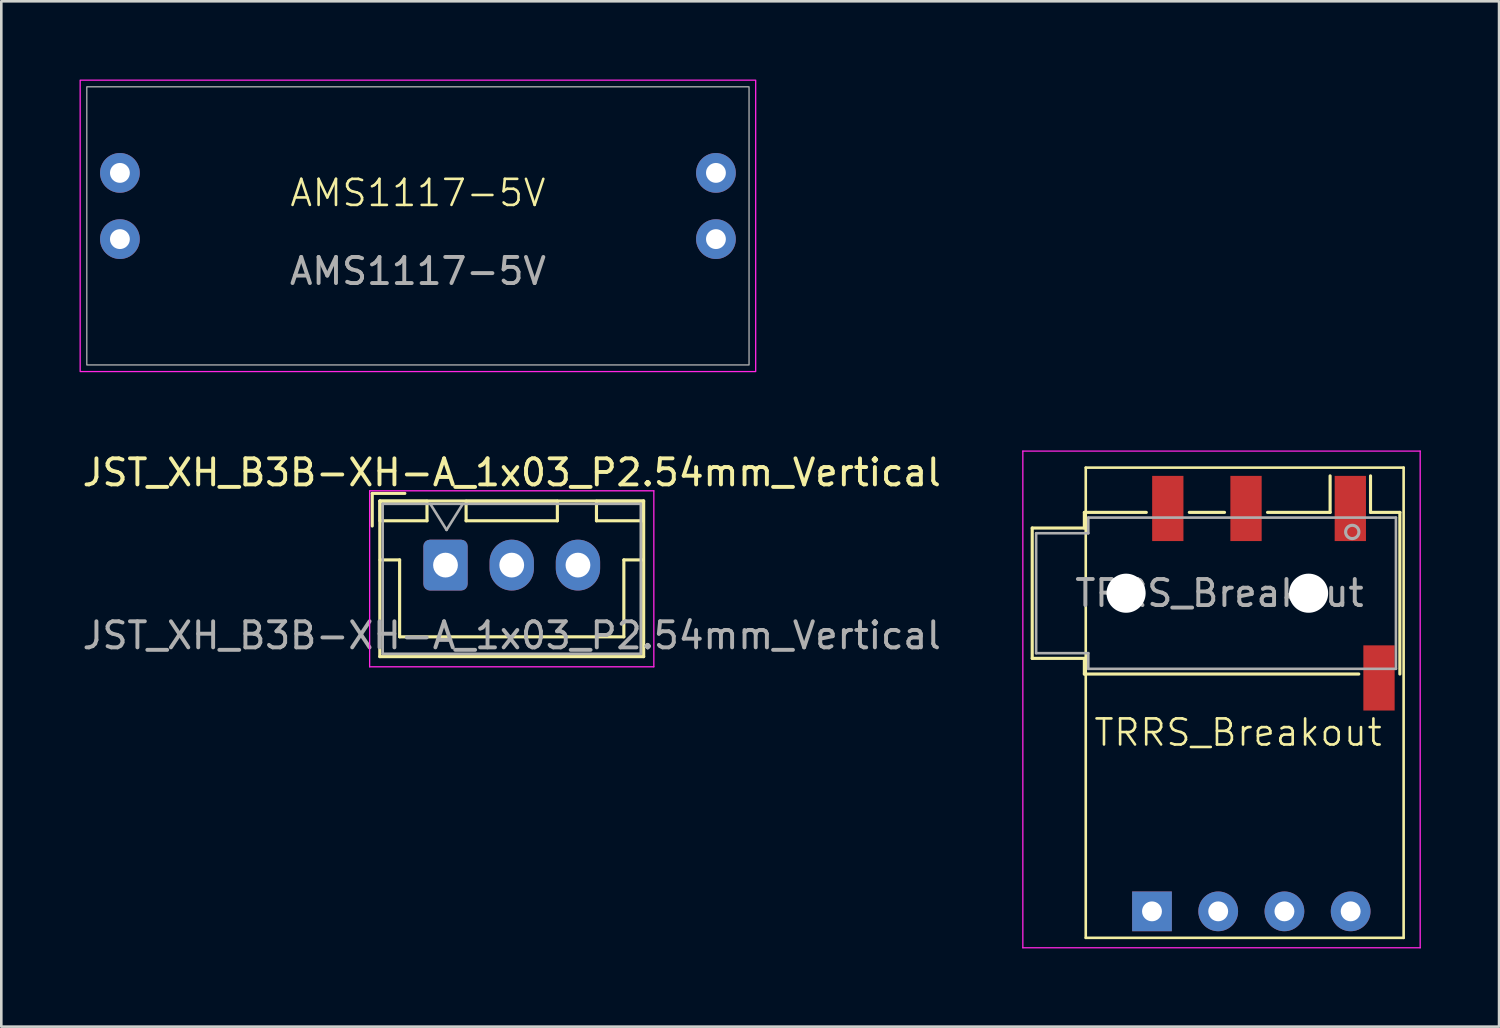
<source format=kicad_pcb>
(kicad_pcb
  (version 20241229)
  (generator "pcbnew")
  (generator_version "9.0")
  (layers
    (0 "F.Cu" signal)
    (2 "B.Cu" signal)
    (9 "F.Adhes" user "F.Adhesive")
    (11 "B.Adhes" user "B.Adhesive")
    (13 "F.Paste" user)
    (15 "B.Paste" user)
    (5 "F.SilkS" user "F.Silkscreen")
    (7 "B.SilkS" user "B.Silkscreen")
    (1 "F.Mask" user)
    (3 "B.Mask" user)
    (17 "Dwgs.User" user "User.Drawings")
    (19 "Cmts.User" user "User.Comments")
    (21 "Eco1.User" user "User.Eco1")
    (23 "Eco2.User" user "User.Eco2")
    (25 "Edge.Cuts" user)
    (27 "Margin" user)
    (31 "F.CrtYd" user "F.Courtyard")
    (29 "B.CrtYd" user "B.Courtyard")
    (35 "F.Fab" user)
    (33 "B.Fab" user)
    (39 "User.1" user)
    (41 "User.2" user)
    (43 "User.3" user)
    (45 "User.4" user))
  (footprint "JST_XH_B3B-XH-A_1x03_P2.54mm_Vertical"
    (layer "F.Cu")
    (at 16.577 18.624)
    (property "Reference" "JST_XH_B3B-XH-A_1x03_P2.54mm_Vertical" (at 0 -3.55 0) (layer "F.SilkS") (effects (font (size 1 1) (thickness 0.15))))
    (attr through_hole)
    (fp_line (start -5.35 -2.75) (end -5.35 -1.5) (stroke (width 0.12) (type solid)) (layer "F.SilkS"))
    (fp_line (start -5.06 -2.46) (end -5.06 3.51) (stroke (width 0.12) (type solid)) (layer "F.SilkS"))
    (fp_line (start -5.06 3.51) (end 5.06 3.51) (stroke (width 0.12) (type solid)) (layer "F.SilkS"))
    (fp_line (start -5.05 -2.45) (end -5.05 -1.7) (stroke (width 0.12) (type solid)) (layer "F.SilkS"))
    (fp_line (start -5.05 -1.7) (end -3.25 -1.7) (stroke (width 0.12) (type solid)) (layer "F.SilkS"))
    (fp_line (start -5.05 -0.2) (end -4.3 -0.2) (stroke (width 0.12) (type solid)) (layer "F.SilkS"))
    (fp_line (start -4.3 -0.2) (end -4.3 2.75) (stroke (width 0.12) (type solid)) (layer "F.SilkS"))
    (fp_line (start -4.3 2.75) (end 0 2.75) (stroke (width 0.12) (type solid)) (layer "F.SilkS"))
    (fp_line (start -4.1 -2.75) (end -5.35 -2.75) (stroke (width 0.12) (type solid)) (layer "F.SilkS"))
    (fp_line (start -3.25 -2.45) (end -5.05 -2.45) (stroke (width 0.12) (type solid)) (layer "F.SilkS"))
    (fp_line (start -3.25 -1.7) (end -3.25 -2.45) (stroke (width 0.12) (type solid)) (layer "F.SilkS"))
    (fp_line (start -1.75 -2.45) (end -1.75 -1.7) (stroke (width 0.12) (type solid)) (layer "F.SilkS"))
    (fp_line (start -1.75 -1.7) (end 1.75 -1.7) (stroke (width 0.12) (type solid)) (layer "F.SilkS"))
    (fp_line (start 1.75 -2.45) (end -1.75 -2.45) (stroke (width 0.12) (type solid)) (layer "F.SilkS"))
    (fp_line (start 1.75 -1.7) (end 1.75 -2.45) (stroke (width 0.12) (type solid)) (layer "F.SilkS"))
    (fp_line (start 3.25 -2.45) (end 3.25 -1.7) (stroke (width 0.12) (type solid)) (layer "F.SilkS"))
    (fp_line (start 3.25 -1.7) (end 5.05 -1.7) (stroke (width 0.12) (type solid)) (layer "F.SilkS"))
    (fp_line (start 4.3 -0.2) (end 4.3 2.75) (stroke (width 0.12) (type solid)) (layer "F.SilkS"))
    (fp_line (start 4.3 2.75) (end 0 2.75) (stroke (width 0.12) (type solid)) (layer "F.SilkS"))
    (fp_line (start 5.05 -2.45) (end 3.25 -2.45) (stroke (width 0.12) (type solid)) (layer "F.SilkS"))
    (fp_line (start 5.05 -1.7) (end 5.05 -2.45) (stroke (width 0.12) (type solid)) (layer "F.SilkS"))
    (fp_line (start 5.05 -0.2) (end 4.3 -0.2) (stroke (width 0.12) (type solid)) (layer "F.SilkS"))
    (fp_line (start 5.06 -2.46) (end -5.06 -2.46) (stroke (width 0.12) (type solid)) (layer "F.SilkS"))
    (fp_line (start 5.06 3.51) (end 5.06 -2.46) (stroke (width 0.12) (type solid)) (layer "F.SilkS"))
    (fp_line (start -5.45 -2.85) (end -5.45 3.9) (stroke (width 0.05) (type solid)) (layer "F.CrtYd"))
    (fp_line (start -5.45 3.9) (end 5.45 3.9) (stroke (width 0.05) (type solid)) (layer "F.CrtYd"))
    (fp_line (start 5.45 -2.85) (end -5.45 -2.85) (stroke (width 0.05) (type solid)) (layer "F.CrtYd"))
    (fp_line (start 5.45 3.9) (end 5.45 -2.85) (stroke (width 0.05) (type solid)) (layer "F.CrtYd"))
    (fp_line (start -4.95 -2.35) (end -4.95 3.4) (stroke (width 0.1) (type solid)) (layer "F.Fab"))
    (fp_line (start -4.95 3.4) (end 4.95 3.4) (stroke (width 0.1) (type solid)) (layer "F.Fab"))
    (fp_line (start -3.125 -2.35) (end -2.5 -1.35) (stroke (width 0.1) (type solid)) (layer "F.Fab"))
    (fp_line (start -2.5 -1.35) (end -1.875 -2.35) (stroke (width 0.1) (type solid)) (layer "F.Fab"))
    (fp_line (start 4.95 -2.35) (end -4.95 -2.35) (stroke (width 0.1) (type solid)) (layer "F.Fab"))
    (fp_line (start 4.95 3.4) (end 4.95 -2.35) (stroke (width 0.1) (type solid)) (layer "F.Fab"))
    (fp_text user "${REFERENCE}" (at 0 2.7 0) (layer "F.Fab") (effects (font (size 1 1) (thickness 0.15))))
    (pad "1" thru_hole roundrect (at -2.54 0) (size 1.7 1.95) (drill 0.95) (layers "*.Cu" "*.Mask") (roundrect_rratio 0.147))
    (pad "2" thru_hole oval (at 0 0) (size 1.7 1.95) (drill 0.95) (layers "*.Cu" "*.Mask"))
    (pad "3" thru_hole oval (at 2.54 0) (size 1.7 1.95) (drill 0.95) (layers "*.Cu" "*.Mask")))
  (footprint "AMS1117-5V"
    (layer "F.Cu")
    (at 11.709 3.581)
    (property "Reference" "AMS1117-5V" (at 1.27 0.77 0) (unlocked yes) (layer "F.SilkS") (effects (font (size 1 1) (thickness 0.1))))
    (attr through_hole)
    (fp_rect (start -11.684 -3.556) (end 14.224 7.62) (stroke (width 0.05) (type default)) (fill no) (layer "F.CrtYd"))
    (fp_rect (start -11.43 -3.302) (end 13.97 7.366) (stroke (width 0.05) (type default)) (fill no) (layer "F.Fab"))
    (fp_text user "${REFERENCE}" (at 1.27 3.77 0) (unlocked yes) (layer "F.Fab") (effects (font (size 1 1) (thickness 0.15))))
    (pad "1" thru_hole circle (at -10.16 0) (size 1.524 1.524) (drill 0.762) (layers "*.Cu" "*.Mask"))
    (pad "2" thru_hole circle (at -10.16 2.54) (size 1.524 1.524) (drill 0.762) (layers "*.Cu" "*.Mask"))
    (pad "3" thru_hole circle (at 12.7 0) (size 1.524 1.524) (drill 0.762) (layers "*.Cu" "*.Mask"))
    (pad "4" thru_hole circle (at 12.7 2.54) (size 1.524 1.524) (drill 0.762) (layers "*.Cu" "*.Mask")))
  (footprint "TRRS_Breakout"
    (layer "F.Cu")
    (at 44.435 19.966)
    (property "Reference" "TRRS_Breakout" (at 0 5.08 0) (unlocked yes) (layer "F.SilkS") (effects (font (size 1 1) (thickness 0.1))))
    (attr through_hole)
    (fp_line (start -7.895 -2.764) (end -7.895 2.236) (stroke (width 0.12) (type solid)) (layer "F.SilkS"))
    (fp_line (start -5.895 -3.364) (end -5.895 -2.764) (stroke (width 0.12) (type solid)) (layer "F.SilkS"))
    (fp_line (start -5.895 -3.364) (end -3.52 -3.364) (stroke (width 0.12) (type solid)) (layer "F.SilkS"))
    (fp_line (start -5.895 -2.764) (end -7.895 -2.764) (stroke (width 0.12) (type solid)) (layer "F.SilkS"))
    (fp_line (start -5.895 2.236) (end -7.895 2.236) (stroke (width 0.12) (type solid)) (layer "F.SilkS"))
    (fp_line (start -5.895 2.236) (end -5.895 2.836) (stroke (width 0.12) (type solid)) (layer "F.SilkS"))
    (fp_line (start -5.842 -5.08) (end 6.35 -5.08) (stroke (width 0.1) (type default)) (layer "F.SilkS"))
    (fp_line (start -5.842 12.954) (end -5.842 -5.08) (stroke (width 0.1) (type default)) (layer "F.SilkS"))
    (fp_line (start -1.87 -3.364) (end -0.52 -3.364) (stroke (width 0.12) (type solid)) (layer "F.SilkS"))
    (fp_line (start 1.13 -3.364) (end 3.53 -3.364) (stroke (width 0.12) (type solid)) (layer "F.SilkS"))
    (fp_line (start 3.53 -3.364) (end 3.53 -4.764) (stroke (width 0.12) (type solid)) (layer "F.SilkS"))
    (fp_line (start 4.63 2.836) (end -5.895 2.836) (stroke (width 0.12) (type solid)) (layer "F.SilkS"))
    (fp_line (start 5.08 -3.364) (end 5.08 -4.764) (stroke (width 0.12) (type solid)) (layer "F.SilkS"))
    (fp_line (start 5.08 -3.364) (end 6.205 -3.364) (stroke (width 0.12) (type solid)) (layer "F.SilkS"))
    (fp_line (start 6.205 2.836) (end 6.205 -3.364) (stroke (width 0.12) (type solid)) (layer "F.SilkS"))
    (fp_line (start 6.35 -5.08) (end 6.35 12.954) (stroke (width 0.1) (type default)) (layer "F.SilkS"))
    (fp_line (start 6.35 12.954) (end -5.842 12.954) (stroke (width 0.1) (type default)) (layer "F.SilkS"))
    (fp_line (start -8.255 -5.715) (end 6.985 -5.715) (stroke (width 0.05) (type solid)) (layer "F.CrtYd"))
    (fp_line (start -8.255 13.335) (end -8.255 -5.715) (stroke (width 0.05) (type solid)) (layer "F.CrtYd"))
    (fp_line (start -8.255 13.335) (end 6.985 13.335) (stroke (width 0.05) (type solid)) (layer "F.CrtYd"))
    (fp_line (start 6.985 13.335) (end 6.985 -5.715) (stroke (width 0.05) (type solid)) (layer "F.CrtYd"))
    (fp_line (start -7.745 -2.564) (end -5.745 -2.564) (stroke (width 0.1) (type solid)) (layer "F.Fab"))
    (fp_line (start -7.745 2.036) (end -7.745 -2.564) (stroke (width 0.1) (type solid)) (layer "F.Fab"))
    (fp_line (start -5.745 -3.164) (end 6.055 -3.164) (stroke (width 0.1) (type solid)) (layer "F.Fab"))
    (fp_line (start -5.745 -2.564) (end -5.745 -3.164) (stroke (width 0.1) (type solid)) (layer "F.Fab"))
    (fp_line (start -5.745 2.036) (end -7.745 2.036) (stroke (width 0.1) (type solid)) (layer "F.Fab"))
    (fp_line (start -5.745 2.636) (end -5.745 2.036) (stroke (width 0.1) (type solid)) (layer "F.Fab"))
    (fp_line (start 6.055 -3.164) (end 6.055 2.636) (stroke (width 0.1) (type solid)) (layer "F.Fab"))
    (fp_line (start 6.055 2.636) (end -5.745 2.636) (stroke (width 0.1) (type solid)) (layer "F.Fab"))
    (fp_circle (center 4.38 -2.614) (end 4.43 -2.364) (stroke (width 0.12) (type solid)) (fill no) (layer "F.Fab"))
    (fp_text user "${REFERENCE}" (at -0.715 -0.264 0) (layer "F.Fab") (effects (font (size 1 1) (thickness 0.15))))
    (pad "" np_thru_hole circle (at -4.295 -0.264) (size 1.5 1.5) (drill 1.5) (layers "*.Cu" "*.Mask"))
    (pad "" smd rect (at -2.695 -3.514) (size 1.2 2.5) (layers "F.Cu" "F.Mask" "F.Paste"))
    (pad "" smd rect (at 0.305 -3.514) (size 1.2 2.5) (layers "F.Cu" "F.Mask" "F.Paste"))
    (pad "" np_thru_hole circle (at 2.705 -0.264) (size 1.5 1.5) (drill 1.5) (layers "*.Cu" "*.Mask"))
    (pad "" smd rect (at 4.305 -3.514) (size 1.2 2.5) (layers "F.Cu" "F.Mask" "F.Paste"))
    (pad "" smd rect (at 5.405 2.986) (size 1.2 2.5) (layers "F.Cu" "F.Mask" "F.Paste"))
    (pad "R1" thru_hole circle (at 1.778 11.938) (size 1.524 1.524) (drill 0.762) (layers "*.Cu" "*.Mask"))
    (pad "R2" thru_hole circle (at -0.762 11.938) (size 1.524 1.524) (drill 0.762) (layers "*.Cu" "*.Mask"))
    (pad "S" thru_hole rect (at -3.302 11.938) (size 1.524 1.524) (drill 0.762) (layers "*.Cu" "*.Mask"))
    (pad "T" thru_hole circle (at 4.318 11.938) (size 1.524 1.524) (drill 0.762) (layers "*.Cu" "*.Mask")))
  (gr_rect
    (start -3 -3)
    (end 54.445 36.326)
    (stroke (width 0.1) (type default))
    (fill no)
    (layer "Edge.Cuts")))
</source>
